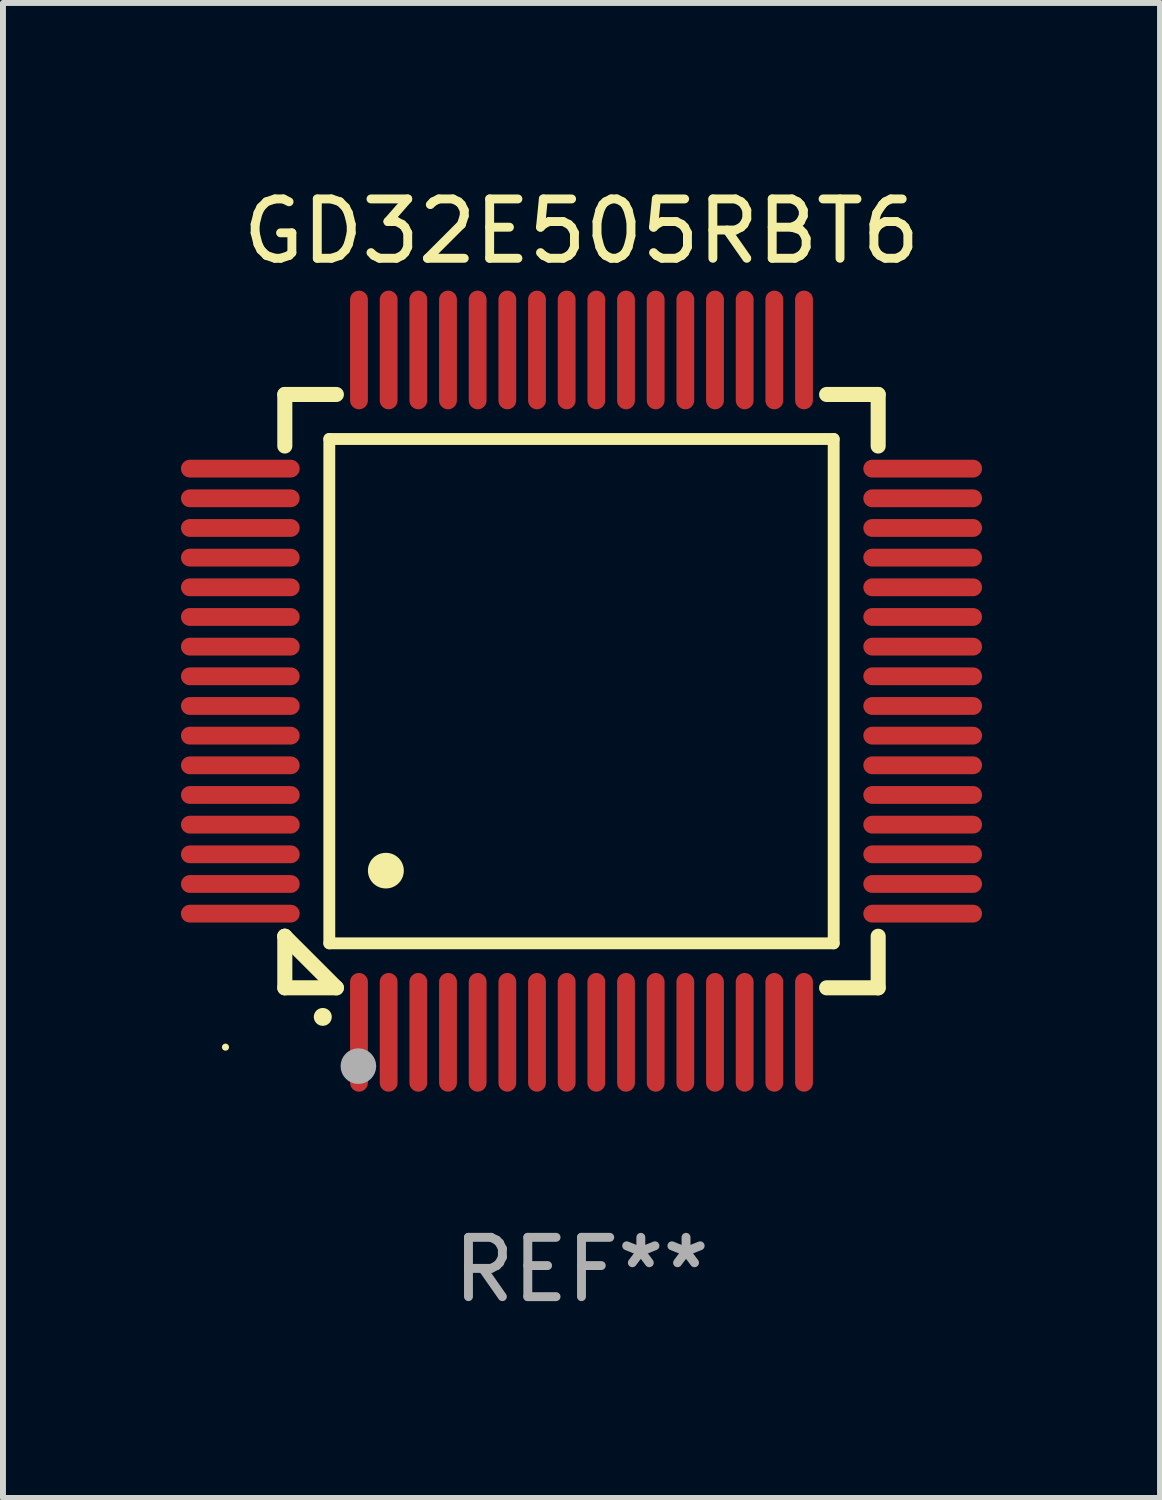
<source format=kicad_pcb>
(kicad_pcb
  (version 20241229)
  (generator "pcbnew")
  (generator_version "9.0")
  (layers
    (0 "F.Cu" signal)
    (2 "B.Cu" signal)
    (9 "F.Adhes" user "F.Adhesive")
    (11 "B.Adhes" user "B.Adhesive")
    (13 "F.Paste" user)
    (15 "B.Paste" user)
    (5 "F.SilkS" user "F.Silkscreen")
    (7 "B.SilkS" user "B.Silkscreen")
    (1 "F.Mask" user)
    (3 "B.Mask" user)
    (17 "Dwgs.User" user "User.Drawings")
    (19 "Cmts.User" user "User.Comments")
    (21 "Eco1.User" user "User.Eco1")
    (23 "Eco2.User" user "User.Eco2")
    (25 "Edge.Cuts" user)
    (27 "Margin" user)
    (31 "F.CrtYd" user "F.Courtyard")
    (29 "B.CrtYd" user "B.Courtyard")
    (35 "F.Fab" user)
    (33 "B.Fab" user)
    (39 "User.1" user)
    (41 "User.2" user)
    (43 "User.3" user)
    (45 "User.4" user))
  (footprint "GD32E505RBT6"
    (layer "F.Cu")
    (at 6.75 8.598)
    (property "Reference" "GD32E505RBT6" (at 0 -7.75 0) (layer "F.SilkS") (effects (font (size 1 1) (thickness 0.15))))
    (attr through_hole)
    (fp_line (start -5 -5) (end -4.131 -5) (stroke (width 0.254) (type solid)) (layer "F.SilkS"))
    (fp_line (start -5 -4.131) (end -5 -5) (stroke (width 0.254) (type solid)) (layer "F.SilkS"))
    (fp_line (start -5 4.131) (end -5 4.131) (stroke (width 0.254) (type solid)) (layer "F.SilkS"))
    (fp_line (start -5 5) (end -5 4.131) (stroke (width 0.254) (type solid)) (layer "F.SilkS"))
    (fp_line (start -5 4.131) (end -4.131 5) (stroke (width 0.254) (type solid)) (layer "F.SilkS"))
    (fp_line (start -4.25 -4.25) (end -4.25 4.25) (stroke (width 0.2) (type solid)) (layer "F.SilkS"))
    (fp_line (start -4.25 4.25) (end 4.25 4.25) (stroke (width 0.2) (type solid)) (layer "F.SilkS"))
    (fp_line (start -4.131 5) (end -5 5) (stroke (width 0.254) (type solid)) (layer "F.SilkS"))
    (fp_line (start 4.25 -4.25) (end -4.25 -4.25) (stroke (width 0.2) (type solid)) (layer "F.SilkS"))
    (fp_line (start 4.25 4.25) (end 4.25 -4.25) (stroke (width 0.2) (type solid)) (layer "F.SilkS"))
    (fp_line (start 5 -5) (end 4.131 -5) (stroke (width 0.254) (type solid)) (layer "F.SilkS"))
    (fp_line (start 5 -5) (end 5 -4.131) (stroke (width 0.254) (type solid)) (layer "F.SilkS"))
    (fp_line (start 5 4.131) (end 5 5) (stroke (width 0.254) (type solid)) (layer "F.SilkS"))
    (fp_line (start 5 5) (end 4.131 5) (stroke (width 0.254) (type solid)) (layer "F.SilkS"))
    (fp_arc (start -4.361265 5.489992) (mid -4.359995 5.489987) (end -4.358725 5.489992) (stroke (width 0.3) (type solid)) (layer "F.SilkS"))
    (fp_arc (start -3.299467 3.025146) (mid -3.296927 3.025135) (end -3.294387 3.025146) (stroke (width 0.6) (type solid)) (layer "F.SilkS"))
    (fp_circle (center -6 6) (end -5.97 6) (stroke (width 0.06) (type solid)) (fill no) (layer "F.SilkS"))
    (fp_circle (center -3.76 6.32) (end -3.61 6.32) (stroke (width 0.3) (type solid)) (fill no) (layer "F.Fab"))
    (fp_text user "REF**" (at 0 9.75 0) (layer "F.Fab") (effects (font (size 1 1) (thickness 0.15))))
    (pad "1" smd oval (at -3.75 5.75) (size 0.3 2) (layers "F.Cu" "F.Mask" "F.Paste"))
    (pad "2" smd oval (at -3.25 5.75) (size 0.3 2) (layers "F.Cu" "F.Mask" "F.Paste"))
    (pad "3" smd oval (at -2.75 5.75) (size 0.3 2) (layers "F.Cu" "F.Mask" "F.Paste"))
    (pad "4" smd oval (at -2.25 5.75) (size 0.3 2) (layers "F.Cu" "F.Mask" "F.Paste"))
    (pad "5" smd oval (at -1.75 5.75) (size 0.3 2) (layers "F.Cu" "F.Mask" "F.Paste"))
    (pad "6" smd oval (at -1.25 5.75) (size 0.3 2) (layers "F.Cu" "F.Mask" "F.Paste"))
    (pad "7" smd oval (at -0.75 5.75) (size 0.3 2) (layers "F.Cu" "F.Mask" "F.Paste"))
    (pad "8" smd oval (at -0.25 5.75) (size 0.3 2) (layers "F.Cu" "F.Mask" "F.Paste"))
    (pad "9" smd oval (at 0.25 5.75) (size 0.3 2) (layers "F.Cu" "F.Mask" "F.Paste"))
    (pad "10" smd oval (at 0.75 5.75) (size 0.3 2) (layers "F.Cu" "F.Mask" "F.Paste"))
    (pad "11" smd oval (at 1.25 5.75) (size 0.3 2) (layers "F.Cu" "F.Mask" "F.Paste"))
    (pad "12" smd oval (at 1.75 5.75) (size 0.3 2) (layers "F.Cu" "F.Mask" "F.Paste"))
    (pad "13" smd oval (at 2.25 5.75) (size 0.3 2) (layers "F.Cu" "F.Mask" "F.Paste"))
    (pad "14" smd oval (at 2.75 5.75) (size 0.3 2) (layers "F.Cu" "F.Mask" "F.Paste"))
    (pad "15" smd oval (at 3.25 5.75) (size 0.3 2) (layers "F.Cu" "F.Mask" "F.Paste"))
    (pad "16" smd oval (at 3.75 5.75) (size 0.3 2) (layers "F.Cu" "F.Mask" "F.Paste"))
    (pad "17" smd oval (at 5.75 3.75) (size 2 0.3) (layers "F.Cu" "F.Mask" "F.Paste"))
    (pad "18" smd oval (at 5.75 3.25) (size 2 0.3) (layers "F.Cu" "F.Mask" "F.Paste"))
    (pad "19" smd oval (at 5.75 2.75) (size 2 0.3) (layers "F.Cu" "F.Mask" "F.Paste"))
    (pad "20" smd oval (at 5.75 2.25) (size 2 0.3) (layers "F.Cu" "F.Mask" "F.Paste"))
    (pad "21" smd oval (at 5.75 1.75) (size 2 0.3) (layers "F.Cu" "F.Mask" "F.Paste"))
    (pad "22" smd oval (at 5.75 1.25) (size 2 0.3) (layers "F.Cu" "F.Mask" "F.Paste"))
    (pad "23" smd oval (at 5.75 0.75) (size 2 0.3) (layers "F.Cu" "F.Mask" "F.Paste"))
    (pad "24" smd oval (at 5.75 0.25) (size 2 0.3) (layers "F.Cu" "F.Mask" "F.Paste"))
    (pad "25" smd oval (at 5.75 -0.25) (size 2 0.3) (layers "F.Cu" "F.Mask" "F.Paste"))
    (pad "26" smd oval (at 5.75 -0.75) (size 2 0.3) (layers "F.Cu" "F.Mask" "F.Paste"))
    (pad "27" smd oval (at 5.75 -1.25) (size 2 0.3) (layers "F.Cu" "F.Mask" "F.Paste"))
    (pad "28" smd oval (at 5.75 -1.75) (size 2 0.3) (layers "F.Cu" "F.Mask" "F.Paste"))
    (pad "29" smd oval (at 5.75 -2.25) (size 2 0.3) (layers "F.Cu" "F.Mask" "F.Paste"))
    (pad "30" smd oval (at 5.75 -2.75) (size 2 0.3) (layers "F.Cu" "F.Mask" "F.Paste"))
    (pad "31" smd oval (at 5.75 -3.25) (size 2 0.3) (layers "F.Cu" "F.Mask" "F.Paste"))
    (pad "32" smd oval (at 5.75 -3.75) (size 2 0.3) (layers "F.Cu" "F.Mask" "F.Paste"))
    (pad "33" smd oval (at 3.75 -5.75) (size 0.3 2) (layers "F.Cu" "F.Mask" "F.Paste"))
    (pad "34" smd oval (at 3.25 -5.75) (size 0.3 2) (layers "F.Cu" "F.Mask" "F.Paste"))
    (pad "35" smd oval (at 2.75 -5.75) (size 0.3 2) (layers "F.Cu" "F.Mask" "F.Paste"))
    (pad "36" smd oval (at 2.25 -5.75) (size 0.3 2) (layers "F.Cu" "F.Mask" "F.Paste"))
    (pad "37" smd oval (at 1.75 -5.75) (size 0.3 2) (layers "F.Cu" "F.Mask" "F.Paste"))
    (pad "38" smd oval (at 1.25 -5.75) (size 0.3 2) (layers "F.Cu" "F.Mask" "F.Paste"))
    (pad "39" smd oval (at 0.75 -5.75) (size 0.3 2) (layers "F.Cu" "F.Mask" "F.Paste"))
    (pad "40" smd oval (at 0.25 -5.75) (size 0.3 2) (layers "F.Cu" "F.Mask" "F.Paste"))
    (pad "41" smd oval (at -0.25 -5.75) (size 0.3 2) (layers "F.Cu" "F.Mask" "F.Paste"))
    (pad "42" smd oval (at -0.75 -5.75) (size 0.3 2) (layers "F.Cu" "F.Mask" "F.Paste"))
    (pad "43" smd oval (at -1.25 -5.75) (size 0.3 2) (layers "F.Cu" "F.Mask" "F.Paste"))
    (pad "44" smd oval (at -1.75 -5.75) (size 0.3 2) (layers "F.Cu" "F.Mask" "F.Paste"))
    (pad "45" smd oval (at -2.25 -5.75) (size 0.3 2) (layers "F.Cu" "F.Mask" "F.Paste"))
    (pad "46" smd oval (at -2.75 -5.75) (size 0.3 2) (layers "F.Cu" "F.Mask" "F.Paste"))
    (pad "47" smd oval (at -3.25 -5.75) (size 0.3 2) (layers "F.Cu" "F.Mask" "F.Paste"))
    (pad "48" smd oval (at -3.75 -5.75) (size 0.3 2) (layers "F.Cu" "F.Mask" "F.Paste"))
    (pad "49" smd oval (at -5.75 -3.75) (size 2 0.3) (layers "F.Cu" "F.Mask" "F.Paste"))
    (pad "50" smd oval (at -5.75 -3.25) (size 2 0.3) (layers "F.Cu" "F.Mask" "F.Paste"))
    (pad "51" smd oval (at -5.75 -2.75) (size 2 0.3) (layers "F.Cu" "F.Mask" "F.Paste"))
    (pad "52" smd oval (at -5.75 -2.25) (size 2 0.3) (layers "F.Cu" "F.Mask" "F.Paste"))
    (pad "53" smd oval (at -5.75 -1.75) (size 2 0.3) (layers "F.Cu" "F.Mask" "F.Paste"))
    (pad "54" smd oval (at -5.75 -1.25) (size 2 0.3) (layers "F.Cu" "F.Mask" "F.Paste"))
    (pad "55" smd oval (at -5.75 -0.75) (size 2 0.3) (layers "F.Cu" "F.Mask" "F.Paste"))
    (pad "56" smd oval (at -5.75 -0.25) (size 2 0.3) (layers "F.Cu" "F.Mask" "F.Paste"))
    (pad "57" smd oval (at -5.75 0.25) (size 2 0.3) (layers "F.Cu" "F.Mask" "F.Paste"))
    (pad "58" smd oval (at -5.75 0.75) (size 2 0.3) (layers "F.Cu" "F.Mask" "F.Paste"))
    (pad "59" smd oval (at -5.75 1.25) (size 2 0.3) (layers "F.Cu" "F.Mask" "F.Paste"))
    (pad "60" smd oval (at -5.75 1.75) (size 2 0.3) (layers "F.Cu" "F.Mask" "F.Paste"))
    (pad "61" smd oval (at -5.75 2.25) (size 2 0.3) (layers "F.Cu" "F.Mask" "F.Paste"))
    (pad "62" smd oval (at -5.75 2.75) (size 2 0.3) (layers "F.Cu" "F.Mask" "F.Paste"))
    (pad "63" smd oval (at -5.75 3.25) (size 2 0.3) (layers "F.Cu" "F.Mask" "F.Paste"))
    (pad "64" smd oval (at -5.75 3.75) (size 2 0.3) (layers "F.Cu" "F.Mask" "F.Paste")))
  (gr_rect
    (start -3 -3)
    (end 16.5 22.196)
    (stroke (width 0.1) (type default))
    (fill no)
    (layer "Edge.Cuts")))
</source>
